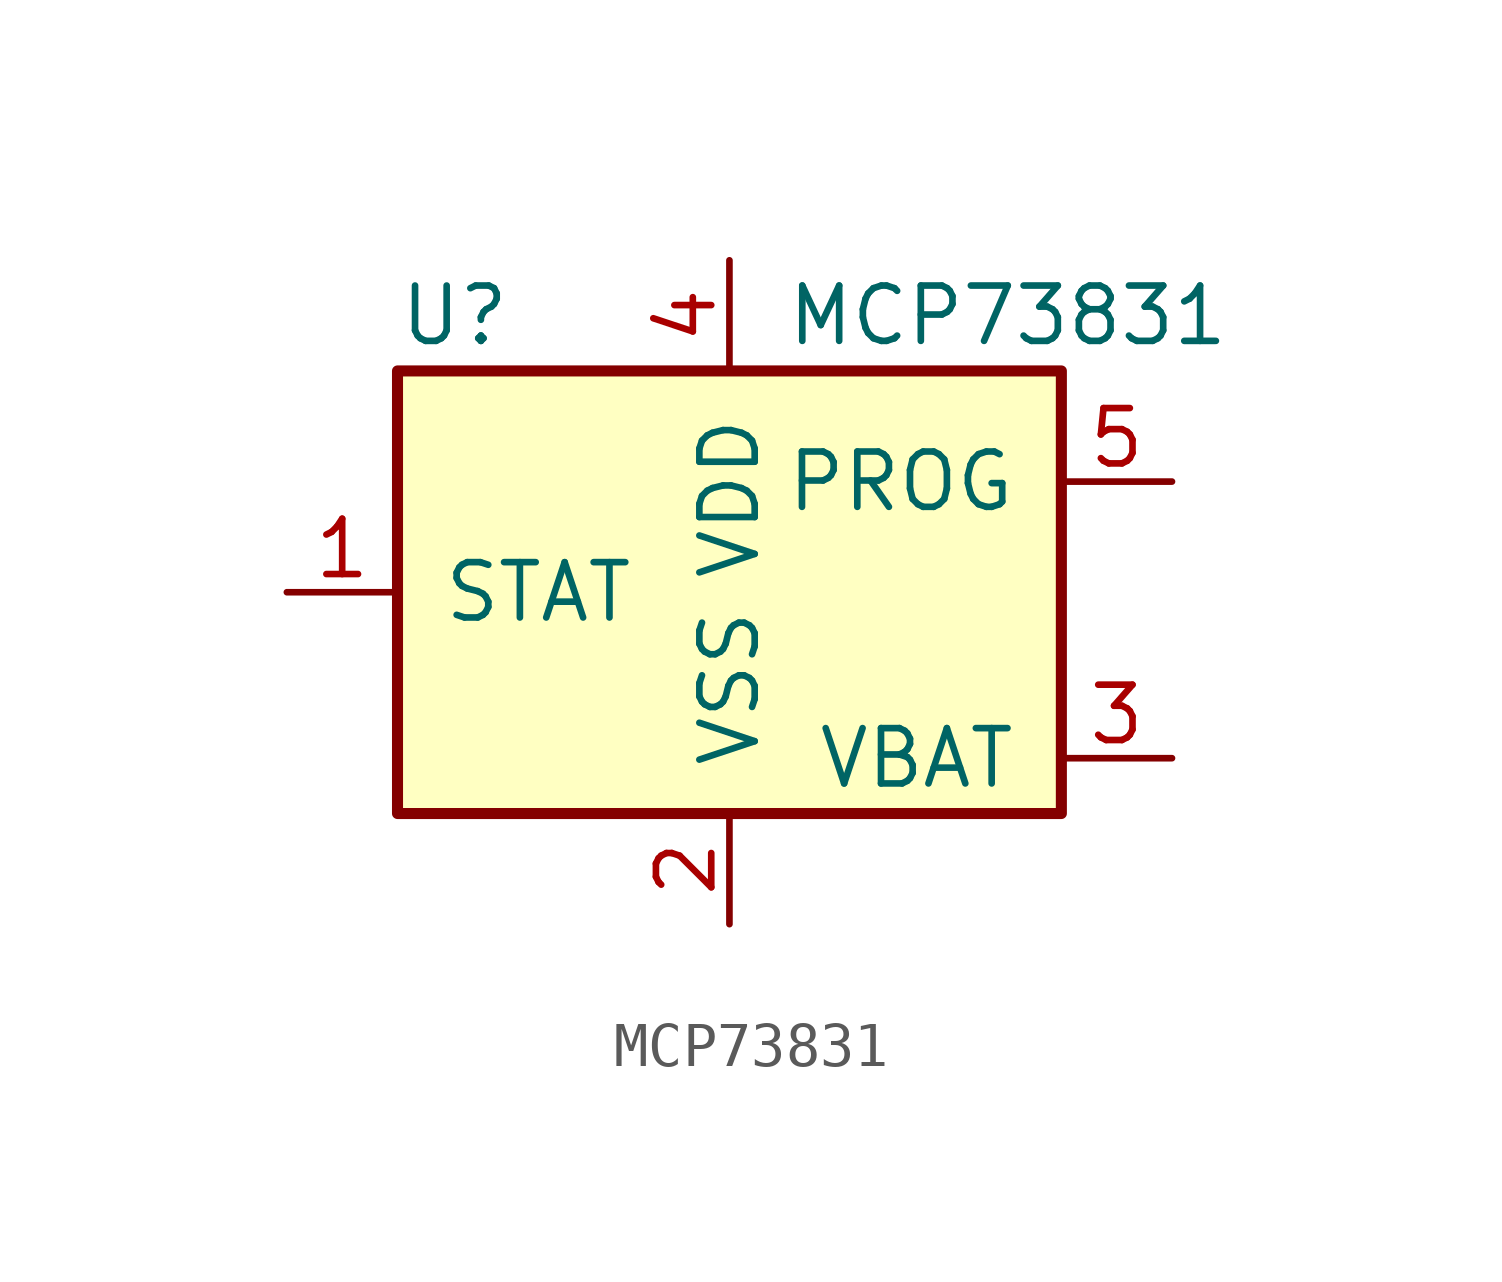
<source format=kicad_sym>
(kicad_symbol_lib
  (version 20220914)
  (generator kicad_symbol_editor)
  (symbol "MCP73831"
    (pin_names
      (offset 1.016))
    (property "Reference" "U"
      (at -7.62 6.35 0)
      (effects (font (size 1.27 1.27)) (justify left)))
    (property "Value" "MCP73831"
      (at 1.27 6.35 0)
      (effects (font (size 1.27 1.27)) (justify left)))
    (symbol "MCP73831_0_1"
      (rectangle (start -7.62 5.08) (end 7.62 -5.08) (stroke (width 0.254) (type default)) (fill (type background))))
    (symbol "MCP73831_1_1"
      (pin output line (at -10.16 0 0) (length 2.54) (name "STAT" (effects (font (size 1.27 1.27)))) (number "1" (effects (font (size 1.27 1.27)))))
      (pin power_in line (at 0 -7.62 90) (length 2.54) (name "VSS" (effects (font (size 1.27 1.27)))) (number "2" (effects (font (size 1.27 1.27)))))
      (pin power_out line (at 10.16 -3.81 180) (length 2.54) (name "VBAT" (effects (font (size 1.27 1.27)))) (number "3" (effects (font (size 1.27 1.27)))))
      (pin power_in line (at 0 7.62 270) (length 2.54) (name "VDD" (effects (font (size 1.27 1.27)))) (number "4" (effects (font (size 1.27 1.27)))))
      (pin input line (at 10.16 2.54 180) (length 2.54) (name "PROG" (effects (font (size 1.27 1.27)))) (number "5" (effects (font (size 1.27 1.27))))))))
</source>
